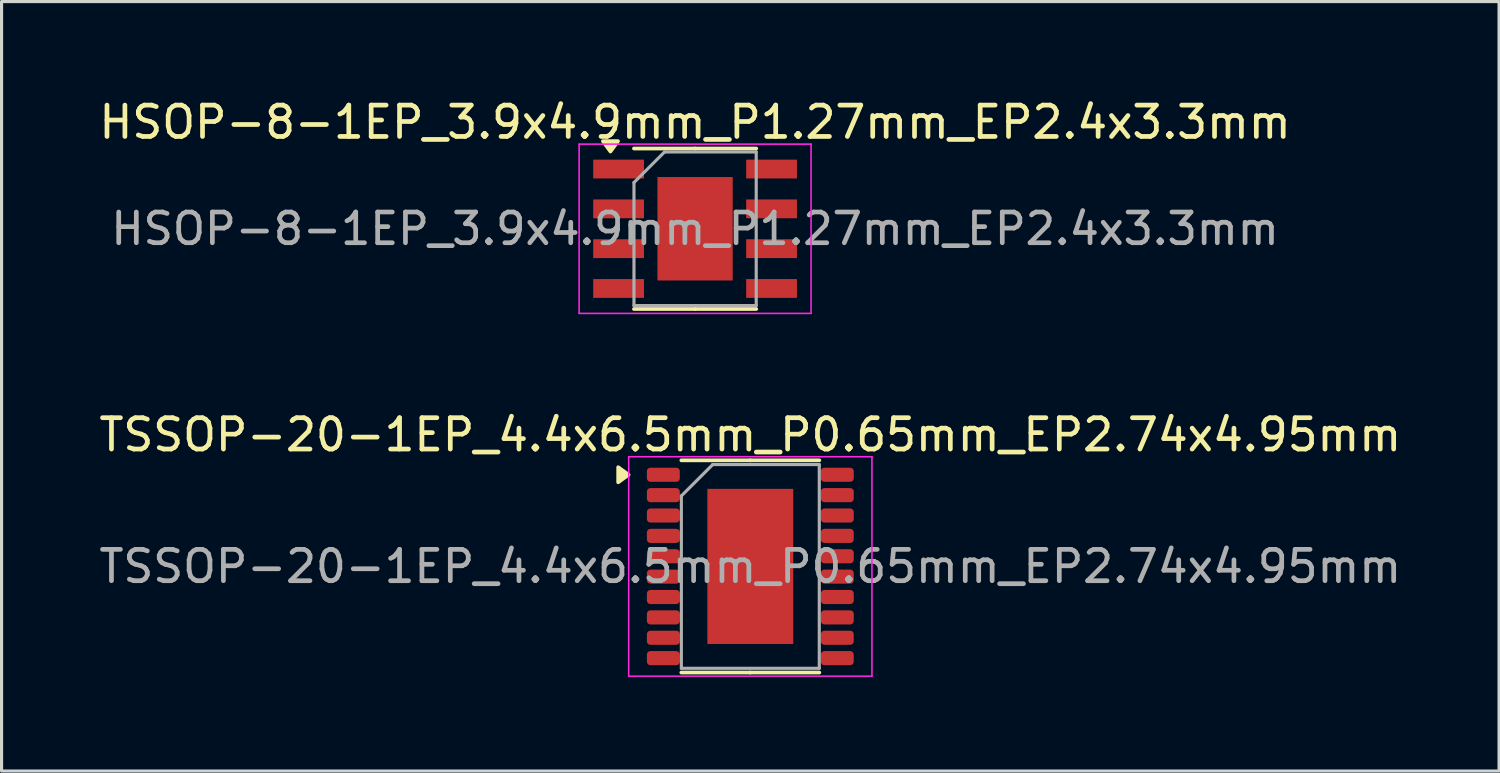
<source format=kicad_pcb>
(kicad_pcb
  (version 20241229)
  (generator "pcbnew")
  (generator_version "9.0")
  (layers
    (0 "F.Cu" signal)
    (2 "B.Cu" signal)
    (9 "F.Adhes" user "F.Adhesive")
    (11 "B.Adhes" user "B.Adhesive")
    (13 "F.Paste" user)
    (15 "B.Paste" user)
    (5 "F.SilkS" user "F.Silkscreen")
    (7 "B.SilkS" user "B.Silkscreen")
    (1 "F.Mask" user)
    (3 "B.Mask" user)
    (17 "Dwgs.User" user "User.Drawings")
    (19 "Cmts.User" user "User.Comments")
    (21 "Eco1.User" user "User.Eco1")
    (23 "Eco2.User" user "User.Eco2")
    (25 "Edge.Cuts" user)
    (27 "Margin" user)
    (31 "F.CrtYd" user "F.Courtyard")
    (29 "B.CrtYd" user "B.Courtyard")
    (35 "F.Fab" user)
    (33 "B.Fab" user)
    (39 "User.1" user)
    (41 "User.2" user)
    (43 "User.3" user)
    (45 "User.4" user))
  (footprint "HSOP-8-1EP_3.9x4.9mm_P1.27mm_EP2.4x3.3mm"
    (layer "F.Cu")
    (at 19.125 4.248)
    (property "Reference" "HSOP-8-1EP_3.9x4.9mm_P1.27mm_EP2.4x3.3mm" (at 0 -3.4 0) (layer "F.SilkS") (effects (font (size 1 1) (thickness 0.15))))
    (attr smd)
    (fp_line (start 0 -2.56) (end -1.95 -2.56) (stroke (width 0.12) (type solid)) (layer "F.SilkS"))
    (fp_line (start 0 -2.56) (end 1.95 -2.56) (stroke (width 0.12) (type solid)) (layer "F.SilkS"))
    (fp_line (start 0 2.56) (end -1.95 2.56) (stroke (width 0.12) (type solid)) (layer "F.SilkS"))
    (fp_line (start 0 2.56) (end 1.95 2.56) (stroke (width 0.12) (type solid)) (layer "F.SilkS"))
    (fp_poly (pts (xy -2.7 -2.465) (xy -2.94 -2.795) (xy -2.46 -2.795) (xy -2.7 -2.465)) (stroke (width 0.12) (type solid)) (fill yes) (layer "F.SilkS"))
    (fp_line (start -3.7 -2.7) (end -3.7 2.7) (stroke (width 0.05) (type solid)) (layer "F.CrtYd"))
    (fp_line (start -3.7 2.7) (end 3.7 2.7) (stroke (width 0.05) (type solid)) (layer "F.CrtYd"))
    (fp_line (start 3.7 -2.7) (end -3.7 -2.7) (stroke (width 0.05) (type solid)) (layer "F.CrtYd"))
    (fp_line (start 3.7 2.7) (end 3.7 -2.7) (stroke (width 0.05) (type solid)) (layer "F.CrtYd"))
    (fp_line (start -1.95 -1.475) (end -0.975 -2.45) (stroke (width 0.1) (type solid)) (layer "F.Fab"))
    (fp_line (start -1.95 2.45) (end -1.95 -1.475) (stroke (width 0.1) (type solid)) (layer "F.Fab"))
    (fp_line (start -0.975 -2.45) (end 1.95 -2.45) (stroke (width 0.1) (type solid)) (layer "F.Fab"))
    (fp_line (start 1.95 -2.45) (end 1.95 2.45) (stroke (width 0.1) (type solid)) (layer "F.Fab"))
    (fp_line (start 1.95 2.45) (end -1.95 2.45) (stroke (width 0.1) (type solid)) (layer "F.Fab"))
    (fp_text user "${REFERENCE}" (at 0 0 0) (layer "F.Fab") (effects (font (size 0.98 0.98) (thickness 0.15))))
    (pad "1" smd rect (at -2.44 -1.905) (size 1.62 0.6) (layers "F.Cu" "F.Mask" "F.Paste"))
    (pad "2" smd rect (at -2.44 -0.635) (size 1.62 0.6) (layers "F.Cu" "F.Mask" "F.Paste"))
    (pad "3" smd rect (at -2.44 0.635) (size 1.62 0.6) (layers "F.Cu" "F.Mask" "F.Paste"))
    (pad "4" smd rect (at -2.44 1.905) (size 1.62 0.6) (layers "F.Cu" "F.Mask" "F.Paste"))
    (pad "5" smd rect (at 2.44 1.905) (size 1.62 0.6) (layers "F.Cu" "F.Mask" "F.Paste"))
    (pad "6" smd rect (at 2.44 0.635) (size 1.62 0.6) (layers "F.Cu" "F.Mask" "F.Paste"))
    (pad "7" smd rect (at 2.44 -0.635) (size 1.62 0.6) (layers "F.Cu" "F.Mask" "F.Paste"))
    (pad "8" smd rect (at 2.44 -1.905) (size 1.62 0.6) (layers "F.Cu" "F.Mask" "F.Paste"))
    (pad "9" smd rect (at 0 0) (size 2.4 3.3) (property pad_prop_heatsink) (layers "F.Cu" "F.Mask")))
  (footprint "TSSOP-20-1EP_4.4x6.5mm_P0.65mm_EP2.74x4.95mm"
    (layer "F.Cu")
    (at 20.887 15.021)
    (property "Reference" "TSSOP-20-1EP_4.4x6.5mm_P0.65mm_EP2.74x4.95mm" (at 0 -4.2 0) (layer "F.SilkS") (effects (font (size 1 1) (thickness 0.15))))
    (attr smd)
    (fp_line (start 0 -3.385) (end -2.2 -3.385) (stroke (width 0.12) (type solid)) (layer "F.SilkS"))
    (fp_line (start 0 -3.385) (end 2.2 -3.385) (stroke (width 0.12) (type solid)) (layer "F.SilkS"))
    (fp_line (start 0 3.385) (end -2.2 3.385) (stroke (width 0.12) (type solid)) (layer "F.SilkS"))
    (fp_line (start 0 3.385) (end 2.2 3.385) (stroke (width 0.12) (type solid)) (layer "F.SilkS"))
    (fp_poly (pts (xy -3.885 -2.925) (xy -4.215 -3.165) (xy -4.215 -2.685) (xy -3.885 -2.925)) (stroke (width 0.12) (type solid)) (fill yes) (layer "F.SilkS"))
    (fp_line (start -3.88 -3.5) (end -3.88 3.5) (stroke (width 0.05) (type solid)) (layer "F.CrtYd"))
    (fp_line (start -3.88 3.5) (end 3.88 3.5) (stroke (width 0.05) (type solid)) (layer "F.CrtYd"))
    (fp_line (start 3.88 -3.5) (end -3.88 -3.5) (stroke (width 0.05) (type solid)) (layer "F.CrtYd"))
    (fp_line (start 3.88 3.5) (end 3.88 -3.5) (stroke (width 0.05) (type solid)) (layer "F.CrtYd"))
    (fp_line (start -2.2 -2.25) (end -1.2 -3.25) (stroke (width 0.1) (type solid)) (layer "F.Fab"))
    (fp_line (start -2.2 3.25) (end -2.2 -2.25) (stroke (width 0.1) (type solid)) (layer "F.Fab"))
    (fp_line (start -1.2 -3.25) (end 2.2 -3.25) (stroke (width 0.1) (type solid)) (layer "F.Fab"))
    (fp_line (start 2.2 -3.25) (end 2.2 3.25) (stroke (width 0.1) (type solid)) (layer "F.Fab"))
    (fp_line (start 2.2 3.25) (end -2.2 3.25) (stroke (width 0.1) (type solid)) (layer "F.Fab"))
    (fp_text user "${REFERENCE}" (at 0 0 0) (layer "F.Fab") (effects (font (size 1 1) (thickness 0.15))))
    (pad "1" smd roundrect (at -2.775 -2.925) (size 1.05 0.45) (layers "F.Cu" "F.Mask" "F.Paste") (roundrect_rratio 0.25))
    (pad "2" smd roundrect (at -2.775 -2.275) (size 1.05 0.45) (layers "F.Cu" "F.Mask" "F.Paste") (roundrect_rratio 0.25))
    (pad "3" smd roundrect (at -2.775 -1.625) (size 1.05 0.45) (layers "F.Cu" "F.Mask" "F.Paste") (roundrect_rratio 0.25))
    (pad "4" smd roundrect (at -2.775 -0.975) (size 1.05 0.45) (layers "F.Cu" "F.Mask" "F.Paste") (roundrect_rratio 0.25))
    (pad "5" smd roundrect (at -2.775 -0.325) (size 1.05 0.45) (layers "F.Cu" "F.Mask" "F.Paste") (roundrect_rratio 0.25))
    (pad "6" smd roundrect (at -2.775 0.325) (size 1.05 0.45) (layers "F.Cu" "F.Mask" "F.Paste") (roundrect_rratio 0.25))
    (pad "7" smd roundrect (at -2.775 0.975) (size 1.05 0.45) (layers "F.Cu" "F.Mask" "F.Paste") (roundrect_rratio 0.25))
    (pad "8" smd roundrect (at -2.775 1.625) (size 1.05 0.45) (layers "F.Cu" "F.Mask" "F.Paste") (roundrect_rratio 0.25))
    (pad "9" smd roundrect (at -2.775 2.275) (size 1.05 0.45) (layers "F.Cu" "F.Mask" "F.Paste") (roundrect_rratio 0.25))
    (pad "10" smd roundrect (at -2.775 2.925) (size 1.05 0.45) (layers "F.Cu" "F.Mask" "F.Paste") (roundrect_rratio 0.25))
    (pad "11" smd roundrect (at 2.775 2.925) (size 1.05 0.45) (layers "F.Cu" "F.Mask" "F.Paste") (roundrect_rratio 0.25))
    (pad "12" smd roundrect (at 2.775 2.275) (size 1.05 0.45) (layers "F.Cu" "F.Mask" "F.Paste") (roundrect_rratio 0.25))
    (pad "13" smd roundrect (at 2.775 1.625) (size 1.05 0.45) (layers "F.Cu" "F.Mask" "F.Paste") (roundrect_rratio 0.25))
    (pad "14" smd roundrect (at 2.775 0.975) (size 1.05 0.45) (layers "F.Cu" "F.Mask" "F.Paste") (roundrect_rratio 0.25))
    (pad "15" smd roundrect (at 2.775 0.325) (size 1.05 0.45) (layers "F.Cu" "F.Mask" "F.Paste") (roundrect_rratio 0.25))
    (pad "16" smd roundrect (at 2.775 -0.325) (size 1.05 0.45) (layers "F.Cu" "F.Mask" "F.Paste") (roundrect_rratio 0.25))
    (pad "17" smd roundrect (at 2.775 -0.975) (size 1.05 0.45) (layers "F.Cu" "F.Mask" "F.Paste") (roundrect_rratio 0.25))
    (pad "18" smd roundrect (at 2.775 -1.625) (size 1.05 0.45) (layers "F.Cu" "F.Mask" "F.Paste") (roundrect_rratio 0.25))
    (pad "19" smd roundrect (at 2.775 -2.275) (size 1.05 0.45) (layers "F.Cu" "F.Mask" "F.Paste") (roundrect_rratio 0.25))
    (pad "20" smd roundrect (at 2.775 -2.925) (size 1.05 0.45) (layers "F.Cu" "F.Mask" "F.Paste") (roundrect_rratio 0.25))
    (pad "21" smd rect (at 0 0) (size 2.74 4.95) (property pad_prop_heatsink) (layers "F.Cu" "F.Mask")))
  (gr_rect
    (start -3 -3)
    (end 44.774 21.547)
    (stroke (width 0.1) (type default))
    (fill no)
    (layer "Edge.Cuts")))
</source>
